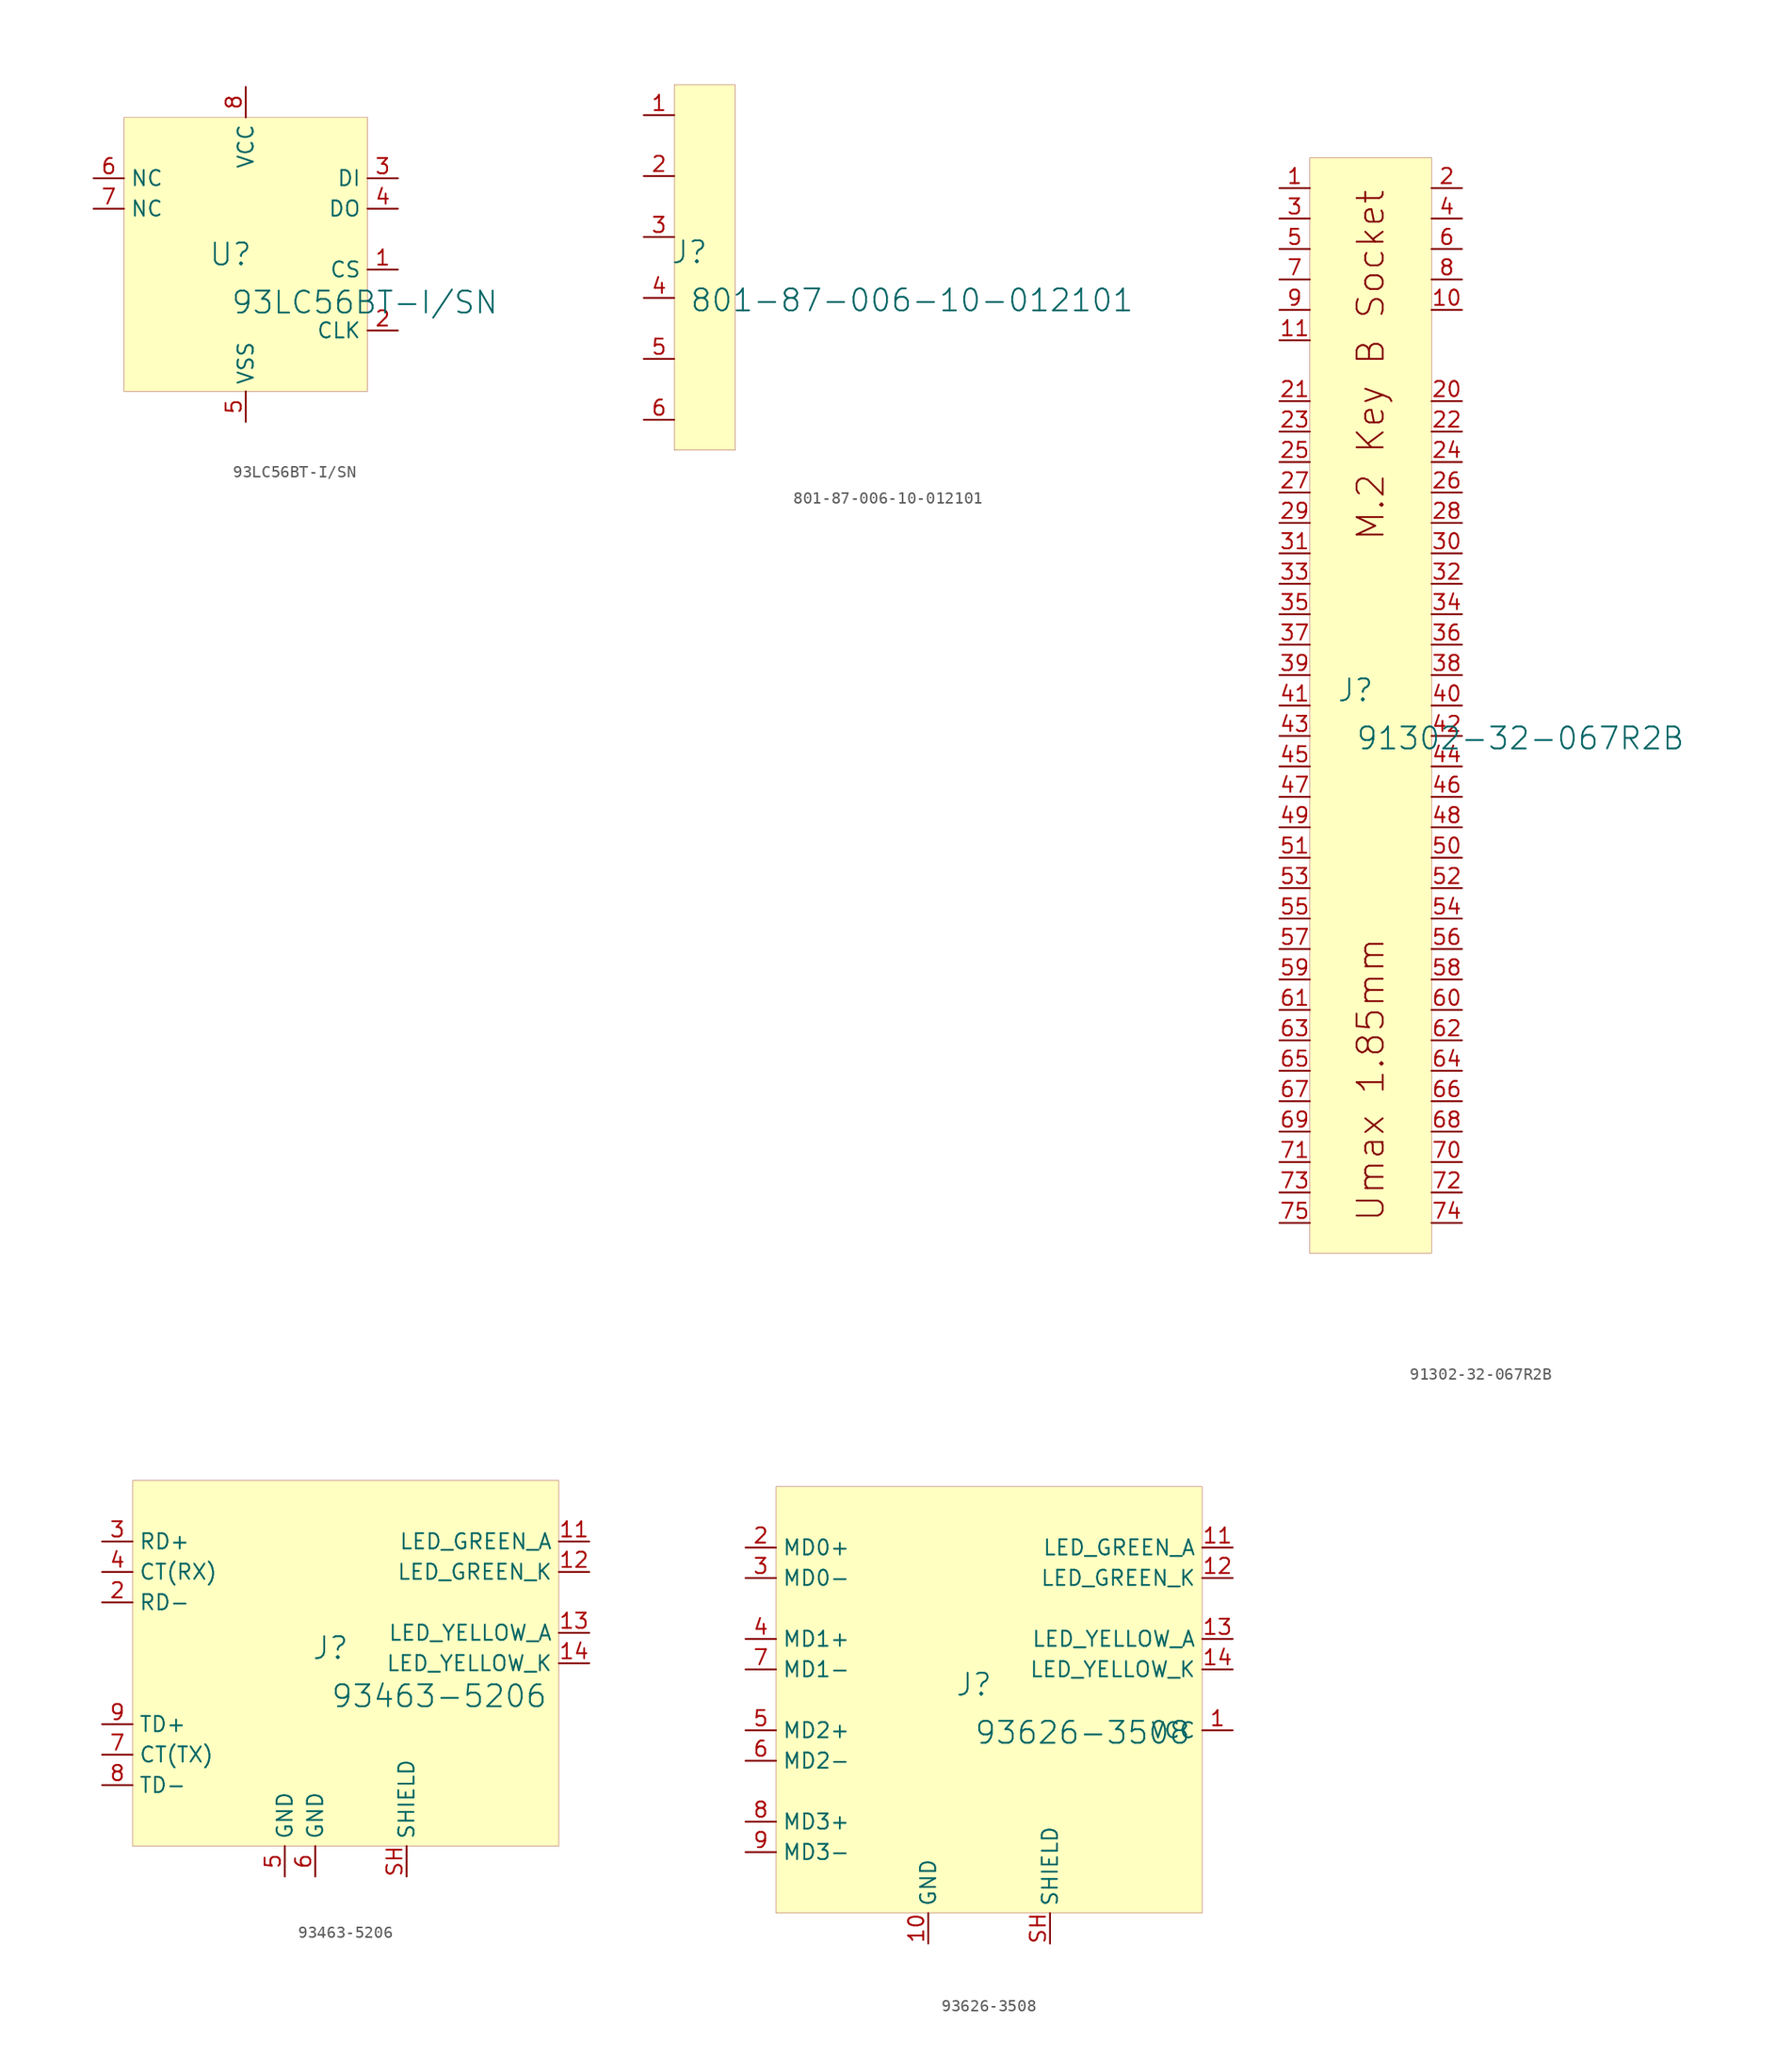
<source format=kicad_sym>
(kicad_symbol_lib
  (version 20231120)
  (generator "kicad_symbol_editor")
  (generator_version "8.0")
  (symbol "93LC56BT-I/SN"
    (property "Reference" "U"
      (at -1.27 1.27 0)
      (effects (font (size 1.829 1.829))))
    (property "Value" "93LC56BT-I/SN"
      (at -1.27 -3.81 0)
      (effects (font (size 1.829 1.829)) (justify left bottom)))
    (symbol "93LC56BT-I/SN_1_0"
      (rectangle (start 10.16 12.7) (end -10.16 -10.16) (stroke (width 0.025) (type solid) (color 128 0 0 1)) (fill (type background)))
      (pin input line (at 12.7 0 180) (length 2.54) (name "CS" (effects (font (size 1.27 1.27)))) (number "1" (effects (font (size 1.27 1.27)))))
      (pin input line (at 12.7 -5.08 180) (length 2.54) (name "CLK" (effects (font (size 1.27 1.27)))) (number "2" (effects (font (size 1.27 1.27)))))
      (pin input line (at 12.7 7.62 180) (length 2.54) (name "DI" (effects (font (size 1.27 1.27)))) (number "3" (effects (font (size 1.27 1.27)))))
      (pin output line (at 12.7 5.08 180) (length 2.54) (name "DO" (effects (font (size 1.27 1.27)))) (number "4" (effects (font (size 1.27 1.27)))))
      (pin power_in line (at 0 -12.7 90) (length 2.54) (name "VSS" (effects (font (size 1.27 1.27)))) (number "5" (effects (font (size 1.27 1.27)))))
      (pin passive line (at -12.7 7.62 0) (length 2.54) (name "NC" (effects (font (size 1.27 1.27)))) (number "6" (effects (font (size 1.27 1.27)))))
      (pin passive line (at -12.7 5.08 0) (length 2.54) (name "NC" (effects (font (size 1.27 1.27)))) (number "7" (effects (font (size 1.27 1.27)))))
      (pin power_in line (at 0 15.24 270) (length 2.54) (name "VCC" (effects (font (size 1.27 1.27)))) (number "8" (effects (font (size 1.27 1.27)))))))
  (symbol "801-87-006-10-012101"
    (property "Reference" "J"
      (at -1.27 1.27 0)
      (effects (font (size 1.829 1.829))))
    (property "Value" "801-87-006-10-012101"
      (at -1.27 -3.81 0)
      (effects (font (size 1.829 1.829)) (justify left bottom)))
    (symbol "801-87-006-10-012101_1_0"
      (rectangle (start 2.54 15.24) (end -2.54 -15.24) (stroke (width 0.025) (type solid) (color 128 0 0 1)) (fill (type background)))
      (pin passive line (at -5.08 12.7 0) (length 2.54) (name "1" (effects (font (size 0 0)))) (number "1" (effects (font (size 1.27 1.27)))))
      (pin passive line (at -5.08 7.62 0) (length 2.54) (name "2" (effects (font (size 0 0)))) (number "2" (effects (font (size 1.27 1.27)))))
      (pin passive line (at -5.08 2.54 0) (length 2.54) (name "3" (effects (font (size 0 0)))) (number "3" (effects (font (size 1.27 1.27)))))
      (pin passive line (at -5.08 -2.54 0) (length 2.54) (name "4" (effects (font (size 0 0)))) (number "4" (effects (font (size 1.27 1.27)))))
      (pin passive line (at -5.08 -7.62 0) (length 2.54) (name "5" (effects (font (size 0 0)))) (number "5" (effects (font (size 1.27 1.27)))))
      (pin passive line (at -5.08 -12.7 0) (length 2.54) (name "6" (effects (font (size 0 0)))) (number "6" (effects (font (size 1.27 1.27)))))))
  (symbol "91302-32-067R2B"
    (property "Reference" "J"
      (at -1.27 1.27 0)
      (effects (font (size 1.829 1.829))))
    (property "Value" "91302-32-067R2B"
      (at -1.27 -3.81 0)
      (effects (font (size 1.829 1.829)) (justify left bottom)))
    (symbol "91302-32-067R2B_1_0"
      (rectangle (start 5.08 45.72) (end -5.08 -45.72) (stroke (width 0.025) (type solid) (color 128 0 0 1)) (fill (type background)))
      (text "M.2 Key B Socket" (at 0 43.18 900) (effects (font (size 2.184 2.184)) (justify right)))
      (text "Umax 1.85mm" (at 0 -43.18 900) (effects (font (size 2.184 2.184)) (justify left)))
      (pin passive line (at -7.62 43.18 0) (length 2.54) (name "" (effects (font (size 1.27 1.27)))) (number "1" (effects (font (size 1.27 1.27)))))
      (pin passive line (at 7.62 33.02 180) (length 2.54) (name "" (effects (font (size 1.27 1.27)))) (number "10" (effects (font (size 1.27 1.27)))))
      (pin passive line (at -7.62 30.48 0) (length 2.54) (name "" (effects (font (size 1.27 1.27)))) (number "11" (effects (font (size 1.27 1.27)))))
      (pin passive line (at 7.62 43.18 180) (length 2.54) (name "" (effects (font (size 1.27 1.27)))) (number "2" (effects (font (size 1.27 1.27)))))
      (pin passive line (at 7.62 25.4 180) (length 2.54) (name "" (effects (font (size 1.27 1.27)))) (number "20" (effects (font (size 1.27 1.27)))))
      (pin passive line (at -7.62 25.4 0) (length 2.54) (name "" (effects (font (size 1.27 1.27)))) (number "21" (effects (font (size 1.27 1.27)))))
      (pin passive line (at 7.62 22.86 180) (length 2.54) (name "" (effects (font (size 1.27 1.27)))) (number "22" (effects (font (size 1.27 1.27)))))
      (pin passive line (at -7.62 22.86 0) (length 2.54) (name "" (effects (font (size 1.27 1.27)))) (number "23" (effects (font (size 1.27 1.27)))))
      (pin passive line (at 7.62 20.32 180) (length 2.54) (name "" (effects (font (size 1.27 1.27)))) (number "24" (effects (font (size 1.27 1.27)))))
      (pin passive line (at -7.62 20.32 0) (length 2.54) (name "" (effects (font (size 1.27 1.27)))) (number "25" (effects (font (size 1.27 1.27)))))
      (pin passive line (at 7.62 17.78 180) (length 2.54) (name "" (effects (font (size 1.27 1.27)))) (number "26" (effects (font (size 1.27 1.27)))))
      (pin passive line (at -7.62 17.78 0) (length 2.54) (name "" (effects (font (size 1.27 1.27)))) (number "27" (effects (font (size 1.27 1.27)))))
      (pin passive line (at 7.62 15.24 180) (length 2.54) (name "" (effects (font (size 1.27 1.27)))) (number "28" (effects (font (size 1.27 1.27)))))
      (pin passive line (at -7.62 15.24 0) (length 2.54) (name "" (effects (font (size 1.27 1.27)))) (number "29" (effects (font (size 1.27 1.27)))))
      (pin passive line (at -7.62 40.64 0) (length 2.54) (name "" (effects (font (size 1.27 1.27)))) (number "3" (effects (font (size 1.27 1.27)))))
      (pin passive line (at 7.62 12.7 180) (length 2.54) (name "" (effects (font (size 1.27 1.27)))) (number "30" (effects (font (size 1.27 1.27)))))
      (pin passive line (at -7.62 12.7 0) (length 2.54) (name "" (effects (font (size 1.27 1.27)))) (number "31" (effects (font (size 1.27 1.27)))))
      (pin passive line (at 7.62 10.16 180) (length 2.54) (name "" (effects (font (size 1.27 1.27)))) (number "32" (effects (font (size 1.27 1.27)))))
      (pin passive line (at -7.62 10.16 0) (length 2.54) (name "" (effects (font (size 1.27 1.27)))) (number "33" (effects (font (size 1.27 1.27)))))
      (pin passive line (at 7.62 7.62 180) (length 2.54) (name "" (effects (font (size 1.27 1.27)))) (number "34" (effects (font (size 1.27 1.27)))))
      (pin passive line (at -7.62 7.62 0) (length 2.54) (name "" (effects (font (size 1.27 1.27)))) (number "35" (effects (font (size 1.27 1.27)))))
      (pin passive line (at 7.62 5.08 180) (length 2.54) (name "" (effects (font (size 1.27 1.27)))) (number "36" (effects (font (size 1.27 1.27)))))
      (pin passive line (at -7.62 5.08 0) (length 2.54) (name "" (effects (font (size 1.27 1.27)))) (number "37" (effects (font (size 1.27 1.27)))))
      (pin passive line (at 7.62 2.54 180) (length 2.54) (name "" (effects (font (size 1.27 1.27)))) (number "38" (effects (font (size 1.27 1.27)))))
      (pin passive line (at -7.62 2.54 0) (length 2.54) (name "" (effects (font (size 1.27 1.27)))) (number "39" (effects (font (size 1.27 1.27)))))
      (pin passive line (at 7.62 40.64 180) (length 2.54) (name "" (effects (font (size 1.27 1.27)))) (number "4" (effects (font (size 1.27 1.27)))))
      (pin passive line (at 7.62 0 180) (length 2.54) (name "" (effects (font (size 1.27 1.27)))) (number "40" (effects (font (size 1.27 1.27)))))
      (pin passive line (at -7.62 0 0) (length 2.54) (name "" (effects (font (size 1.27 1.27)))) (number "41" (effects (font (size 1.27 1.27)))))
      (pin passive line (at 7.62 -2.54 180) (length 2.54) (name "" (effects (font (size 1.27 1.27)))) (number "42" (effects (font (size 1.27 1.27)))))
      (pin passive line (at -7.62 -2.54 0) (length 2.54) (name "" (effects (font (size 1.27 1.27)))) (number "43" (effects (font (size 1.27 1.27)))))
      (pin passive line (at 7.62 -5.08 180) (length 2.54) (name "" (effects (font (size 1.27 1.27)))) (number "44" (effects (font (size 1.27 1.27)))))
      (pin passive line (at -7.62 -5.08 0) (length 2.54) (name "" (effects (font (size 1.27 1.27)))) (number "45" (effects (font (size 1.27 1.27)))))
      (pin passive line (at 7.62 -7.62 180) (length 2.54) (name "" (effects (font (size 1.27 1.27)))) (number "46" (effects (font (size 1.27 1.27)))))
      (pin passive line (at -7.62 -7.62 0) (length 2.54) (name "" (effects (font (size 1.27 1.27)))) (number "47" (effects (font (size 1.27 1.27)))))
      (pin passive line (at 7.62 -10.16 180) (length 2.54) (name "" (effects (font (size 1.27 1.27)))) (number "48" (effects (font (size 1.27 1.27)))))
      (pin passive line (at -7.62 -10.16 0) (length 2.54) (name "" (effects (font (size 1.27 1.27)))) (number "49" (effects (font (size 1.27 1.27)))))
      (pin passive line (at -7.62 38.1 0) (length 2.54) (name "" (effects (font (size 1.27 1.27)))) (number "5" (effects (font (size 1.27 1.27)))))
      (pin passive line (at 7.62 -12.7 180) (length 2.54) (name "" (effects (font (size 1.27 1.27)))) (number "50" (effects (font (size 1.27 1.27)))))
      (pin passive line (at -7.62 -12.7 0) (length 2.54) (name "" (effects (font (size 1.27 1.27)))) (number "51" (effects (font (size 1.27 1.27)))))
      (pin passive line (at 7.62 -15.24 180) (length 2.54) (name "" (effects (font (size 1.27 1.27)))) (number "52" (effects (font (size 1.27 1.27)))))
      (pin passive line (at -7.62 -15.24 0) (length 2.54) (name "" (effects (font (size 1.27 1.27)))) (number "53" (effects (font (size 1.27 1.27)))))
      (pin passive line (at 7.62 -17.78 180) (length 2.54) (name "" (effects (font (size 1.27 1.27)))) (number "54" (effects (font (size 1.27 1.27)))))
      (pin passive line (at -7.62 -17.78 0) (length 2.54) (name "" (effects (font (size 1.27 1.27)))) (number "55" (effects (font (size 1.27 1.27)))))
      (pin passive line (at 7.62 -20.32 180) (length 2.54) (name "" (effects (font (size 1.27 1.27)))) (number "56" (effects (font (size 1.27 1.27)))))
      (pin passive line (at -7.62 -20.32 0) (length 2.54) (name "" (effects (font (size 1.27 1.27)))) (number "57" (effects (font (size 1.27 1.27)))))
      (pin passive line (at 7.62 -22.86 180) (length 2.54) (name "" (effects (font (size 1.27 1.27)))) (number "58" (effects (font (size 1.27 1.27)))))
      (pin passive line (at -7.62 -22.86 0) (length 2.54) (name "" (effects (font (size 1.27 1.27)))) (number "59" (effects (font (size 1.27 1.27)))))
      (pin passive line (at 7.62 38.1 180) (length 2.54) (name "" (effects (font (size 1.27 1.27)))) (number "6" (effects (font (size 1.27 1.27)))))
      (pin passive line (at 7.62 -25.4 180) (length 2.54) (name "" (effects (font (size 1.27 1.27)))) (number "60" (effects (font (size 1.27 1.27)))))
      (pin passive line (at -7.62 -25.4 0) (length 2.54) (name "" (effects (font (size 1.27 1.27)))) (number "61" (effects (font (size 1.27 1.27)))))
      (pin passive line (at 7.62 -27.94 180) (length 2.54) (name "" (effects (font (size 1.27 1.27)))) (number "62" (effects (font (size 1.27 1.27)))))
      (pin passive line (at -7.62 -27.94 0) (length 2.54) (name "" (effects (font (size 1.27 1.27)))) (number "63" (effects (font (size 1.27 1.27)))))
      (pin passive line (at 7.62 -30.48 180) (length 2.54) (name "" (effects (font (size 1.27 1.27)))) (number "64" (effects (font (size 1.27 1.27)))))
      (pin passive line (at -7.62 -30.48 0) (length 2.54) (name "" (effects (font (size 1.27 1.27)))) (number "65" (effects (font (size 1.27 1.27)))))
      (pin passive line (at 7.62 -33.02 180) (length 2.54) (name "" (effects (font (size 1.27 1.27)))) (number "66" (effects (font (size 1.27 1.27)))))
      (pin passive line (at -7.62 -33.02 0) (length 2.54) (name "" (effects (font (size 1.27 1.27)))) (number "67" (effects (font (size 1.27 1.27)))))
      (pin passive line (at 7.62 -35.56 180) (length 2.54) (name "" (effects (font (size 1.27 1.27)))) (number "68" (effects (font (size 1.27 1.27)))))
      (pin passive line (at -7.62 -35.56 0) (length 2.54) (name "" (effects (font (size 1.27 1.27)))) (number "69" (effects (font (size 1.27 1.27)))))
      (pin passive line (at -7.62 35.56 0) (length 2.54) (name "" (effects (font (size 1.27 1.27)))) (number "7" (effects (font (size 1.27 1.27)))))
      (pin passive line (at 7.62 -38.1 180) (length 2.54) (name "" (effects (font (size 1.27 1.27)))) (number "70" (effects (font (size 1.27 1.27)))))
      (pin passive line (at -7.62 -38.1 0) (length 2.54) (name "" (effects (font (size 1.27 1.27)))) (number "71" (effects (font (size 1.27 1.27)))))
      (pin passive line (at 7.62 -40.64 180) (length 2.54) (name "" (effects (font (size 1.27 1.27)))) (number "72" (effects (font (size 1.27 1.27)))))
      (pin passive line (at -7.62 -40.64 0) (length 2.54) (name "" (effects (font (size 1.27 1.27)))) (number "73" (effects (font (size 1.27 1.27)))))
      (pin passive line (at 7.62 -43.18 180) (length 2.54) (name "" (effects (font (size 1.27 1.27)))) (number "74" (effects (font (size 1.27 1.27)))))
      (pin passive line (at -7.62 -43.18 0) (length 2.54) (name "" (effects (font (size 1.27 1.27)))) (number "75" (effects (font (size 1.27 1.27)))))
      (pin passive line (at 7.62 35.56 180) (length 2.54) (name "" (effects (font (size 1.27 1.27)))) (number "8" (effects (font (size 1.27 1.27)))))
      (pin passive line (at -7.62 33.02 0) (length 2.54) (name "" (effects (font (size 1.27 1.27)))) (number "9" (effects (font (size 1.27 1.27)))))))
  (symbol "93463-5206"
    (property "Reference" "J"
      (at -1.27 1.27 0)
      (effects (font (size 1.829 1.829))))
    (property "Value" "93463-5206"
      (at -1.27 -3.81 0)
      (effects (font (size 1.829 1.829)) (justify left bottom)))
    (symbol "93463-5206_1_0"
      (rectangle (start 17.78 15.24) (end -17.78 -15.24) (stroke (width 0.025) (type solid) (color 128 0 0 1)) (fill (type background)))
      (pin passive line (at 20.32 10.16 180) (length 2.54) (name "LED_GREEN_A" (effects (font (size 1.27 1.27)))) (number "11" (effects (font (size 1.27 1.27)))))
      (pin passive line (at 20.32 7.62 180) (length 2.54) (name "LED_GREEN_K" (effects (font (size 1.27 1.27)))) (number "12" (effects (font (size 1.27 1.27)))))
      (pin passive line (at 20.32 2.54 180) (length 2.54) (name "LED_YELLOW_A" (effects (font (size 1.27 1.27)))) (number "13" (effects (font (size 1.27 1.27)))))
      (pin passive line (at 20.32 0 180) (length 2.54) (name "LED_YELLOW_K" (effects (font (size 1.27 1.27)))) (number "14" (effects (font (size 1.27 1.27)))))
      (pin bidirectional line (at -20.32 5.08 0) (length 2.54) (name "RD-" (effects (font (size 1.27 1.27)))) (number "2" (effects (font (size 1.27 1.27)))))
      (pin bidirectional line (at -20.32 10.16 0) (length 2.54) (name "RD+" (effects (font (size 1.27 1.27)))) (number "3" (effects (font (size 1.27 1.27)))))
      (pin passive line (at -20.32 7.62 0) (length 2.54) (name "CT(RX)" (effects (font (size 1.27 1.27)))) (number "4" (effects (font (size 1.27 1.27)))))
      (pin power_in line (at -5.08 -17.78 90) (length 2.54) (name "GND" (effects (font (size 1.27 1.27)))) (number "5" (effects (font (size 1.27 1.27)))))
      (pin power_in line (at -2.54 -17.78 90) (length 2.54) (name "GND" (effects (font (size 1.27 1.27)))) (number "6" (effects (font (size 1.27 1.27)))))
      (pin passive line (at -20.32 -7.62 0) (length 2.54) (name "CT(TX)" (effects (font (size 1.27 1.27)))) (number "7" (effects (font (size 1.27 1.27)))))
      (pin bidirectional line (at -20.32 -10.16 0) (length 2.54) (name "TD-" (effects (font (size 1.27 1.27)))) (number "8" (effects (font (size 1.27 1.27)))))
      (pin bidirectional line (at -20.32 -5.08 0) (length 2.54) (name "TD+" (effects (font (size 1.27 1.27)))) (number "9" (effects (font (size 1.27 1.27)))))
      (pin power_in line (at 5.08 -17.78 90) (length 2.54) (name "SHIELD" (effects (font (size 1.27 1.27)))) (number "SH" (effects (font (size 1.27 1.27)))))))
  (symbol "93626-3508"
    (property "Reference" "J"
      (at -1.27 1.27 0)
      (effects (font (size 1.829 1.829))))
    (property "Value" "93626-3508"
      (at -1.27 -3.81 0)
      (effects (font (size 1.829 1.829)) (justify left bottom)))
    (symbol "93626-3508_1_0"
      (rectangle (start 17.78 17.78) (end -17.78 -17.78) (stroke (width 0.025) (type solid) (color 128 0 0 1)) (fill (type background)))
      (pin passive line (at 20.32 -2.54 180) (length 2.54) (name "VCC" (effects (font (size 1.27 1.27)))) (number "1" (effects (font (size 1.27 1.27)))))
      (pin passive line (at -5.08 -20.32 90) (length 2.54) (name "GND" (effects (font (size 1.27 1.27)))) (number "10" (effects (font (size 1.27 1.27)))))
      (pin passive line (at 20.32 12.7 180) (length 2.54) (name "LED_GREEN_A" (effects (font (size 1.27 1.27)))) (number "11" (effects (font (size 1.27 1.27)))))
      (pin passive line (at 20.32 10.16 180) (length 2.54) (name "LED_GREEN_K" (effects (font (size 1.27 1.27)))) (number "12" (effects (font (size 1.27 1.27)))))
      (pin passive line (at 20.32 5.08 180) (length 2.54) (name "LED_YELLOW_A" (effects (font (size 1.27 1.27)))) (number "13" (effects (font (size 1.27 1.27)))))
      (pin passive line (at 20.32 2.54 180) (length 2.54) (name "LED_YELLOW_K" (effects (font (size 1.27 1.27)))) (number "14" (effects (font (size 1.27 1.27)))))
      (pin passive line (at -20.32 12.7 0) (length 2.54) (name "MD0+" (effects (font (size 1.27 1.27)))) (number "2" (effects (font (size 1.27 1.27)))))
      (pin passive line (at -20.32 10.16 0) (length 2.54) (name "MD0-" (effects (font (size 1.27 1.27)))) (number "3" (effects (font (size 1.27 1.27)))))
      (pin passive line (at -20.32 5.08 0) (length 2.54) (name "MD1+" (effects (font (size 1.27 1.27)))) (number "4" (effects (font (size 1.27 1.27)))))
      (pin passive line (at -20.32 -2.54 0) (length 2.54) (name "MD2+" (effects (font (size 1.27 1.27)))) (number "5" (effects (font (size 1.27 1.27)))))
      (pin passive line (at -20.32 -5.08 0) (length 2.54) (name "MD2-" (effects (font (size 1.27 1.27)))) (number "6" (effects (font (size 1.27 1.27)))))
      (pin passive line (at -20.32 2.54 0) (length 2.54) (name "MD1-" (effects (font (size 1.27 1.27)))) (number "7" (effects (font (size 1.27 1.27)))))
      (pin passive line (at -20.32 -10.16 0) (length 2.54) (name "MD3+" (effects (font (size 1.27 1.27)))) (number "8" (effects (font (size 1.27 1.27)))))
      (pin passive line (at -20.32 -12.7 0) (length 2.54) (name "MD3-" (effects (font (size 1.27 1.27)))) (number "9" (effects (font (size 1.27 1.27)))))
      (pin passive line (at 5.08 -20.32 90) (length 2.54) (name "SHIELD" (effects (font (size 1.27 1.27)))) (number "SH" (effects (font (size 1.27 1.27))))))))
</source>
